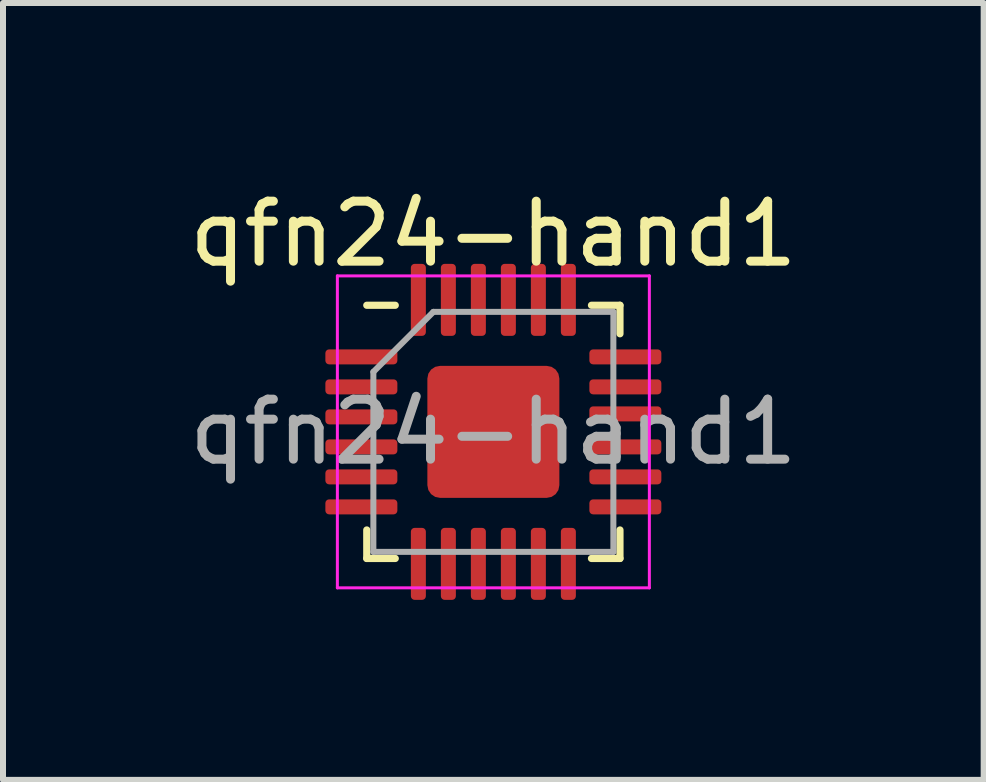
<source format=kicad_pcb>
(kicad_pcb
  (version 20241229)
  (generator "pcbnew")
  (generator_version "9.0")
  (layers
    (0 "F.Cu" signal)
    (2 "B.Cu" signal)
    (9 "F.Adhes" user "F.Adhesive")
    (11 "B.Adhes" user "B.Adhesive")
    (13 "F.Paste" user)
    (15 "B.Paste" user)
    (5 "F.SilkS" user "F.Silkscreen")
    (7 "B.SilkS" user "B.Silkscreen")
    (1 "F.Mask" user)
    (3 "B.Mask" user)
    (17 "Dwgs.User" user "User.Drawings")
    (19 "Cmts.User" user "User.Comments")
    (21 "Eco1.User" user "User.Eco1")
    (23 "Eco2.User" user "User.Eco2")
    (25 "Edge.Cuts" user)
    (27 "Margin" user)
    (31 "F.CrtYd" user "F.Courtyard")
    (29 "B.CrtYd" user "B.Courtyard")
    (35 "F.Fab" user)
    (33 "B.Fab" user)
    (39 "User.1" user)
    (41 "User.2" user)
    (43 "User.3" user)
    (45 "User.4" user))
  (footprint "qfn24-hand1"
    (layer "F.Cu")
    (at 5.173 4.148)
    (property "Reference" "qfn24-hand1" (at 0 -3.3 0) (layer "F.SilkS") (effects (font (size 1 1) (thickness 0.15))))
    (attr smd)
    (fp_line (start -2.11 2.11) (end -2.11 1.635) (stroke (width 0.12) (type solid)) (layer "F.SilkS"))
    (fp_line (start -1.635 -2.11) (end -2.11 -2.11) (stroke (width 0.12) (type solid)) (layer "F.SilkS"))
    (fp_line (start -1.635 2.11) (end -2.11 2.11) (stroke (width 0.12) (type solid)) (layer "F.SilkS"))
    (fp_line (start 1.635 -2.11) (end 2.11 -2.11) (stroke (width 0.12) (type solid)) (layer "F.SilkS"))
    (fp_line (start 1.635 2.11) (end 2.11 2.11) (stroke (width 0.12) (type solid)) (layer "F.SilkS"))
    (fp_line (start 2.11 -2.11) (end 2.11 -1.635) (stroke (width 0.12) (type solid)) (layer "F.SilkS"))
    (fp_line (start 2.11 2.11) (end 2.11 1.635) (stroke (width 0.12) (type solid)) (layer "F.SilkS"))
    (fp_line (start -2.6 -2.6) (end -2.6 2.6) (stroke (width 0.05) (type solid)) (layer "F.CrtYd"))
    (fp_line (start -2.6 2.6) (end 2.6 2.6) (stroke (width 0.05) (type solid)) (layer "F.CrtYd"))
    (fp_line (start 2.6 -2.6) (end -2.6 -2.6) (stroke (width 0.05) (type solid)) (layer "F.CrtYd"))
    (fp_line (start 2.6 2.6) (end 2.6 -2.6) (stroke (width 0.05) (type solid)) (layer "F.CrtYd"))
    (fp_line (start -2 -1) (end -1 -2) (stroke (width 0.1) (type solid)) (layer "F.Fab"))
    (fp_line (start -2 2) (end -2 -1) (stroke (width 0.1) (type solid)) (layer "F.Fab"))
    (fp_line (start -1 -2) (end 2 -2) (stroke (width 0.1) (type solid)) (layer "F.Fab"))
    (fp_line (start 2 -2) (end 2 2) (stroke (width 0.1) (type solid)) (layer "F.Fab"))
    (fp_line (start 2 2) (end -2 2) (stroke (width 0.1) (type solid)) (layer "F.Fab"))
    (fp_text user "${REFERENCE}" (at 0 0 0) (layer "F.Fab") (effects (font (size 1 1) (thickness 0.15))))
    (pad "" smd roundrect (at -0.65 -0.65) (size 0.8 0.8) (layers "F.Paste") (roundrect_rratio 0.238))
    (pad "" smd roundrect (at -0.65 0.65) (size 0.8 0.8) (layers "F.Paste") (roundrect_rratio 0.238))
    (pad "" smd roundrect (at 0.65 -0.65) (size 0.8 0.8) (layers "F.Paste") (roundrect_rratio 0.238))
    (pad "" smd roundrect (at 0.65 0.65) (size 0.8 0.8) (layers "F.Paste") (roundrect_rratio 0.238))
    (pad "1" smd roundrect (at -2.2 -1.25) (size 1.2 0.25) (layers "F.Cu" "F.Mask" "F.Paste") (roundrect_rratio 0.25))
    (pad "2" smd roundrect (at -2.2 -0.75) (size 1.2 0.25) (layers "F.Cu" "F.Mask" "F.Paste") (roundrect_rratio 0.25))
    (pad "3" smd roundrect (at -2.2 -0.25) (size 1.2 0.25) (layers "F.Cu" "F.Mask" "F.Paste") (roundrect_rratio 0.25))
    (pad "4" smd roundrect (at -2.2 0.25) (size 1.2 0.25) (layers "F.Cu" "F.Mask" "F.Paste") (roundrect_rratio 0.25))
    (pad "5" smd roundrect (at -2.2 0.75) (size 1.2 0.25) (layers "F.Cu" "F.Mask" "F.Paste") (roundrect_rratio 0.25))
    (pad "6" smd roundrect (at -2.2 1.25) (size 1.2 0.25) (layers "F.Cu" "F.Mask" "F.Paste") (roundrect_rratio 0.25))
    (pad "7" smd roundrect (at -1.25 2.2) (size 0.25 1.2) (layers "F.Cu" "F.Mask" "F.Paste") (roundrect_rratio 0.25))
    (pad "8" smd roundrect (at -0.75 2.2) (size 0.25 1.2) (layers "F.Cu" "F.Mask" "F.Paste") (roundrect_rratio 0.25))
    (pad "9" smd roundrect (at -0.25 2.2) (size 0.25 1.2) (layers "F.Cu" "F.Mask" "F.Paste") (roundrect_rratio 0.25))
    (pad "10" smd roundrect (at 0.25 2.2) (size 0.25 1.2) (layers "F.Cu" "F.Mask" "F.Paste") (roundrect_rratio 0.25))
    (pad "11" smd roundrect (at 0.75 2.2) (size 0.25 1.2) (layers "F.Cu" "F.Mask" "F.Paste") (roundrect_rratio 0.25))
    (pad "12" smd roundrect (at 1.25 2.2) (size 0.25 1.2) (layers "F.Cu" "F.Mask" "F.Paste") (roundrect_rratio 0.25))
    (pad "13" smd roundrect (at 2.2 1.25) (size 1.2 0.25) (layers "F.Cu" "F.Mask" "F.Paste") (roundrect_rratio 0.25))
    (pad "14" smd roundrect (at 2.2 0.75) (size 1.2 0.25) (layers "F.Cu" "F.Mask" "F.Paste") (roundrect_rratio 0.25))
    (pad "15" smd roundrect (at 2.2 0.25) (size 1.2 0.25) (layers "F.Cu" "F.Mask" "F.Paste") (roundrect_rratio 0.25))
    (pad "16" smd roundrect (at 2.2 -0.3) (size 1.2 0.25) (layers "F.Cu" "F.Mask" "F.Paste") (roundrect_rratio 0.25))
    (pad "17" smd roundrect (at 2.2 -0.75) (size 1.2 0.25) (layers "F.Cu" "F.Mask" "F.Paste") (roundrect_rratio 0.25))
    (pad "18" smd roundrect (at 2.2 -1.25) (size 1.2 0.25) (layers "F.Cu" "F.Mask" "F.Paste") (roundrect_rratio 0.25))
    (pad "19" smd roundrect (at 1.25 -2.2) (size 0.25 1.2) (layers "F.Cu" "F.Mask" "F.Paste") (roundrect_rratio 0.25))
    (pad "20" smd roundrect (at 0.75 -2.2) (size 0.25 1.2) (layers "F.Cu" "F.Mask" "F.Paste") (roundrect_rratio 0.25))
    (pad "21" smd roundrect (at 0.25 -2.2) (size 0.25 1.2) (layers "F.Cu" "F.Mask" "F.Paste") (roundrect_rratio 0.25))
    (pad "22" smd roundrect (at -0.25 -2.2) (size 0.25 1.2) (layers "F.Cu" "F.Mask" "F.Paste") (roundrect_rratio 0.25))
    (pad "23" smd roundrect (at -0.75 -2.2) (size 0.25 1.2) (layers "F.Cu" "F.Mask" "F.Paste") (roundrect_rratio 0.25))
    (pad "24" smd roundrect (at -1.25 -2.2) (size 0.25 1.2) (layers "F.Cu" "F.Mask" "F.Paste") (roundrect_rratio 0.25))
    (pad "25" smd roundrect (at 0 0) (size 2.2 2.2) (layers "F.Cu" "F.Mask") (roundrect_rratio 0.096)))
  (gr_rect
    (start -3 -3)
    (end 13.345 9.948)
    (stroke (width 0.1) (type default))
    (fill no)
    (layer "Edge.Cuts")))
</source>
